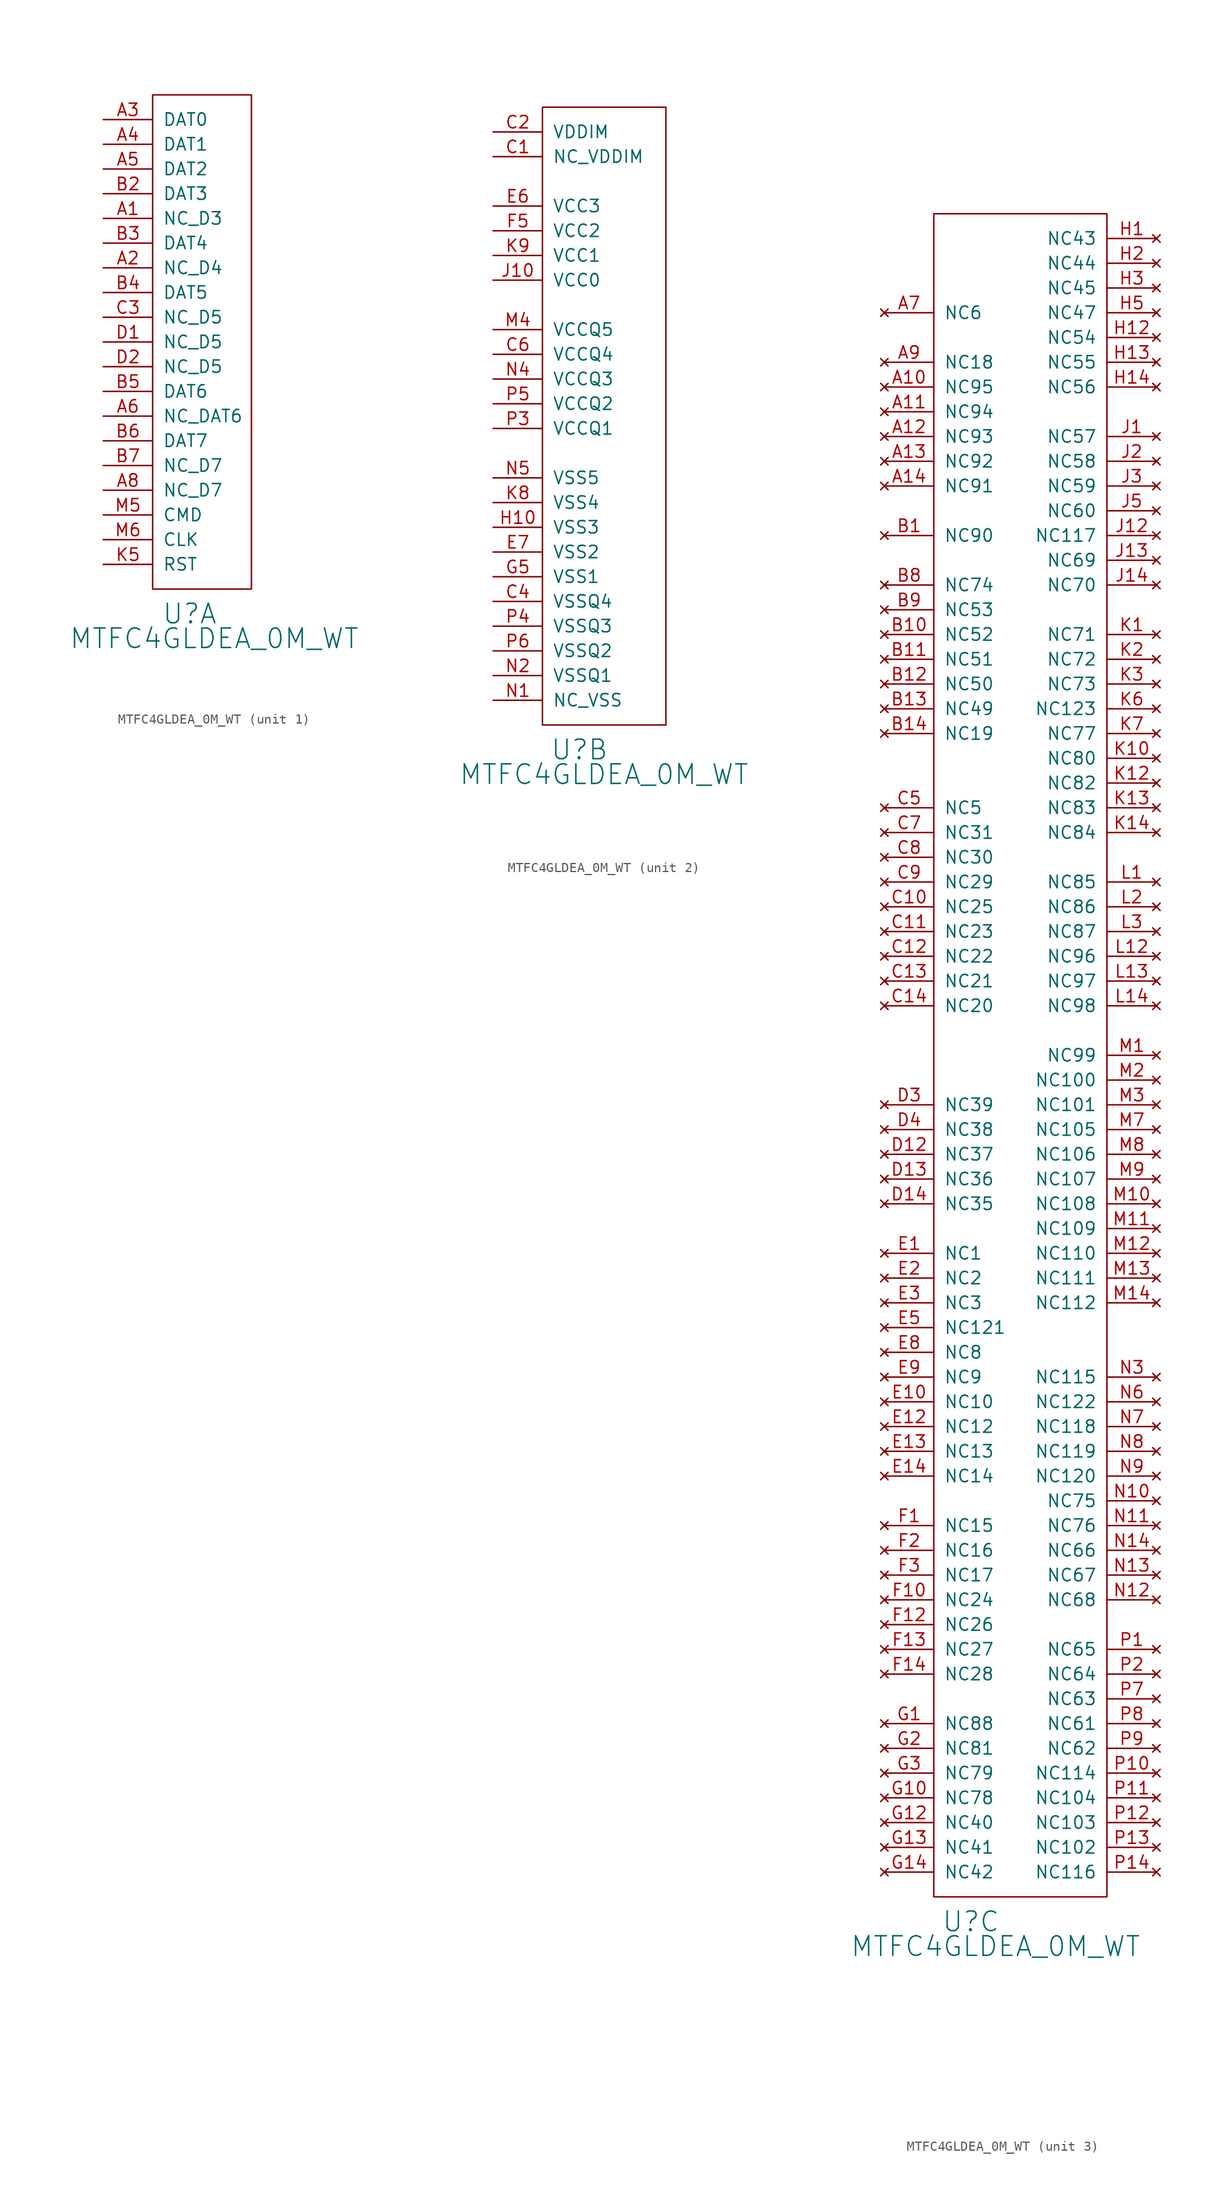
<source format=kicad_sym>
(kicad_symbol_lib
  (version 20220914)
  (generator kicad_symbol_editor)
  (symbol "MTFC4GLDEA_0M_WT"
    (pin_names
      (offset 1.016))
    (property "Reference" "U"
      (at 3.81 -2.54 0)
      (effects (font (size 2.007 2.007))))
    (property "Value" "MTFC4GLDEA_0M_WT"
      (at 6.35 -5.08 0)
      (effects (font (size 2.007 2.007))))
    (property "Footprint" ""
      (at 0 0 0)
      (effects (font (size 2.007 2.007))))
    (property "Datasheet" ""
      (at 0 0 0)
      (effects (font (size 2.007 2.007))))
    (property "ki_locked" ""
      (at 0 0 0)
      (effects (font (size 1.27 1.27))))
    (symbol "MTFC4GLDEA_0M_WT_1_1"
      (rectangle (start 0 50.8) (end 10.16 0) (stroke (width 0) (type solid)) (fill (type none)))
      (pin bidirectional line (at -5.08 38.1 0) (length 5.08) (name "NC_D3" (effects (font (size 1.27 1.27)))) (number "A1" (effects (font (size 1.27 1.27)))))
      (pin bidirectional line (at -5.08 33.02 0) (length 5.08) (name "NC_D4" (effects (font (size 1.27 1.27)))) (number "A2" (effects (font (size 1.27 1.27)))))
      (pin bidirectional line (at -5.08 48.26 0) (length 5.08) (name "DAT0" (effects (font (size 1.27 1.27)))) (number "A3" (effects (font (size 1.27 1.27)))))
      (pin bidirectional line (at -5.08 45.72 0) (length 5.08) (name "DAT1" (effects (font (size 1.27 1.27)))) (number "A4" (effects (font (size 1.27 1.27)))))
      (pin bidirectional line (at -5.08 43.18 0) (length 5.08) (name "DAT2" (effects (font (size 1.27 1.27)))) (number "A5" (effects (font (size 1.27 1.27)))))
      (pin bidirectional line (at -5.08 17.78 0) (length 5.08) (name "NC_DAT6" (effects (font (size 1.27 1.27)))) (number "A6" (effects (font (size 1.27 1.27)))))
      (pin bidirectional line (at -5.08 10.16 0) (length 5.08) (name "NC_D7" (effects (font (size 1.27 1.27)))) (number "A8" (effects (font (size 1.27 1.27)))))
      (pin bidirectional line (at -5.08 40.64 0) (length 5.08) (name "DAT3" (effects (font (size 1.27 1.27)))) (number "B2" (effects (font (size 1.27 1.27)))))
      (pin bidirectional line (at -5.08 35.56 0) (length 5.08) (name "DAT4" (effects (font (size 1.27 1.27)))) (number "B3" (effects (font (size 1.27 1.27)))))
      (pin bidirectional line (at -5.08 30.48 0) (length 5.08) (name "DAT5" (effects (font (size 1.27 1.27)))) (number "B4" (effects (font (size 1.27 1.27)))))
      (pin bidirectional line (at -5.08 20.32 0) (length 5.08) (name "DAT6" (effects (font (size 1.27 1.27)))) (number "B5" (effects (font (size 1.27 1.27)))))
      (pin bidirectional line (at -5.08 15.24 0) (length 5.08) (name "DAT7" (effects (font (size 1.27 1.27)))) (number "B6" (effects (font (size 1.27 1.27)))))
      (pin bidirectional line (at -5.08 12.7 0) (length 5.08) (name "NC_D7" (effects (font (size 1.27 1.27)))) (number "B7" (effects (font (size 1.27 1.27)))))
      (pin bidirectional line (at -5.08 27.94 0) (length 5.08) (name "NC_D5" (effects (font (size 1.27 1.27)))) (number "C3" (effects (font (size 1.27 1.27)))))
      (pin bidirectional line (at -5.08 25.4 0) (length 5.08) (name "NC_D5" (effects (font (size 1.27 1.27)))) (number "D1" (effects (font (size 1.27 1.27)))))
      (pin bidirectional line (at -5.08 22.86 0) (length 5.08) (name "NC_D5" (effects (font (size 1.27 1.27)))) (number "D2" (effects (font (size 1.27 1.27)))))
      (pin input line (at -5.08 2.54 0) (length 5.08) (name "RST" (effects (font (size 1.27 1.27)))) (number "K5" (effects (font (size 1.27 1.27)))))
      (pin bidirectional line (at -5.08 7.62 0) (length 5.08) (name "CMD" (effects (font (size 1.27 1.27)))) (number "M5" (effects (font (size 1.27 1.27)))))
      (pin input line (at -5.08 5.08 0) (length 5.08) (name "CLK" (effects (font (size 1.27 1.27)))) (number "M6" (effects (font (size 1.27 1.27))))))
    (symbol "MTFC4GLDEA_0M_WT_2_1"
      (rectangle (start 0 0) (end 12.7 63.5) (stroke (width 0) (type solid)) (fill (type none)))
      (pin passive line (at -5.08 58.42 0) (length 5.08) (name "NC_VDDIM" (effects (font (size 1.27 1.27)))) (number "C1" (effects (font (size 1.27 1.27)))))
      (pin passive line (at -5.08 60.96 0) (length 5.08) (name "VDDIM" (effects (font (size 1.27 1.27)))) (number "C2" (effects (font (size 1.27 1.27)))))
      (pin power_in line (at -5.08 12.7 0) (length 5.08) (name "VSSQ4" (effects (font (size 1.27 1.27)))) (number "C4" (effects (font (size 1.27 1.27)))))
      (pin power_in line (at -5.08 38.1 0) (length 5.08) (name "VCCQ4" (effects (font (size 1.27 1.27)))) (number "C6" (effects (font (size 1.27 1.27)))))
      (pin power_in line (at -5.08 53.34 0) (length 5.08) (name "VCC3" (effects (font (size 1.27 1.27)))) (number "E6" (effects (font (size 1.27 1.27)))))
      (pin power_in line (at -5.08 17.78 0) (length 5.08) (name "VSS2" (effects (font (size 1.27 1.27)))) (number "E7" (effects (font (size 1.27 1.27)))))
      (pin power_in line (at -5.08 50.8 0) (length 5.08) (name "VCC2" (effects (font (size 1.27 1.27)))) (number "F5" (effects (font (size 1.27 1.27)))))
      (pin power_in line (at -5.08 15.24 0) (length 5.08) (name "VSS1" (effects (font (size 1.27 1.27)))) (number "G5" (effects (font (size 1.27 1.27)))))
      (pin power_in line (at -5.08 20.32 0) (length 5.08) (name "VSS3" (effects (font (size 1.27 1.27)))) (number "H10" (effects (font (size 1.27 1.27)))))
      (pin power_in line (at -5.08 45.72 0) (length 5.08) (name "VCC0" (effects (font (size 1.27 1.27)))) (number "J10" (effects (font (size 1.27 1.27)))))
      (pin power_in line (at -5.08 22.86 0) (length 5.08) (name "VSS4" (effects (font (size 1.27 1.27)))) (number "K8" (effects (font (size 1.27 1.27)))))
      (pin power_in line (at -5.08 48.26 0) (length 5.08) (name "VCC1" (effects (font (size 1.27 1.27)))) (number "K9" (effects (font (size 1.27 1.27)))))
      (pin power_in line (at -5.08 40.64 0) (length 5.08) (name "VCCQ5" (effects (font (size 1.27 1.27)))) (number "M4" (effects (font (size 1.27 1.27)))))
      (pin power_in line (at -5.08 2.54 0) (length 5.08) (name "NC_VSS" (effects (font (size 1.27 1.27)))) (number "N1" (effects (font (size 1.27 1.27)))))
      (pin power_in line (at -5.08 5.08 0) (length 5.08) (name "VSSQ1" (effects (font (size 1.27 1.27)))) (number "N2" (effects (font (size 1.27 1.27)))))
      (pin power_in line (at -5.08 35.56 0) (length 5.08) (name "VCCQ3" (effects (font (size 1.27 1.27)))) (number "N4" (effects (font (size 1.27 1.27)))))
      (pin power_in line (at -5.08 25.4 0) (length 5.08) (name "VSS5" (effects (font (size 1.27 1.27)))) (number "N5" (effects (font (size 1.27 1.27)))))
      (pin power_in line (at -5.08 30.48 0) (length 5.08) (name "VCCQ1" (effects (font (size 1.27 1.27)))) (number "P3" (effects (font (size 1.27 1.27)))))
      (pin power_in line (at -5.08 10.16 0) (length 5.08) (name "VSSQ3" (effects (font (size 1.27 1.27)))) (number "P4" (effects (font (size 1.27 1.27)))))
      (pin power_in line (at -5.08 33.02 0) (length 5.08) (name "VCCQ2" (effects (font (size 1.27 1.27)))) (number "P5" (effects (font (size 1.27 1.27)))))
      (pin power_in line (at -5.08 7.62 0) (length 5.08) (name "VSSQ2" (effects (font (size 1.27 1.27)))) (number "P6" (effects (font (size 1.27 1.27))))))
    (symbol "MTFC4GLDEA_0M_WT_3_1"
      (rectangle (start 0 0) (end 17.78 172.72) (stroke (width 0) (type solid)) (fill (type none)))
      (pin no_connect line (at -5.08 154.94 0) (length 5.08) (name "NC95" (effects (font (size 1.27 1.27)))) (number "A10" (effects (font (size 1.27 1.27)))))
      (pin no_connect line (at -5.08 152.4 0) (length 5.08) (name "NC94" (effects (font (size 1.27 1.27)))) (number "A11" (effects (font (size 1.27 1.27)))))
      (pin no_connect line (at -5.08 149.86 0) (length 5.08) (name "NC93" (effects (font (size 1.27 1.27)))) (number "A12" (effects (font (size 1.27 1.27)))))
      (pin no_connect line (at -5.08 147.32 0) (length 5.08) (name "NC92" (effects (font (size 1.27 1.27)))) (number "A13" (effects (font (size 1.27 1.27)))))
      (pin no_connect line (at -5.08 144.78 0) (length 5.08) (name "NC91" (effects (font (size 1.27 1.27)))) (number "A14" (effects (font (size 1.27 1.27)))))
      (pin no_connect line (at -5.08 162.56 0) (length 5.08) (name "NC6" (effects (font (size 1.27 1.27)))) (number "A7" (effects (font (size 1.27 1.27)))))
      (pin no_connect line (at -5.08 157.48 0) (length 5.08) (name "NC18" (effects (font (size 1.27 1.27)))) (number "A9" (effects (font (size 1.27 1.27)))))
      (pin no_connect line (at -5.08 139.7 0) (length 5.08) (name "NC90" (effects (font (size 1.27 1.27)))) (number "B1" (effects (font (size 1.27 1.27)))))
      (pin no_connect line (at -5.08 129.54 0) (length 5.08) (name "NC52" (effects (font (size 1.27 1.27)))) (number "B10" (effects (font (size 1.27 1.27)))))
      (pin no_connect line (at -5.08 127 0) (length 5.08) (name "NC51" (effects (font (size 1.27 1.27)))) (number "B11" (effects (font (size 1.27 1.27)))))
      (pin no_connect line (at -5.08 124.46 0) (length 5.08) (name "NC50" (effects (font (size 1.27 1.27)))) (number "B12" (effects (font (size 1.27 1.27)))))
      (pin no_connect line (at -5.08 121.92 0) (length 5.08) (name "NC49" (effects (font (size 1.27 1.27)))) (number "B13" (effects (font (size 1.27 1.27)))))
      (pin no_connect line (at -5.08 119.38 0) (length 5.08) (name "NC19" (effects (font (size 1.27 1.27)))) (number "B14" (effects (font (size 1.27 1.27)))))
      (pin no_connect line (at -5.08 134.62 0) (length 5.08) (name "NC74" (effects (font (size 1.27 1.27)))) (number "B8" (effects (font (size 1.27 1.27)))))
      (pin no_connect line (at -5.08 132.08 0) (length 5.08) (name "NC53" (effects (font (size 1.27 1.27)))) (number "B9" (effects (font (size 1.27 1.27)))))
      (pin no_connect line (at -5.08 101.6 0) (length 5.08) (name "NC25" (effects (font (size 1.27 1.27)))) (number "C10" (effects (font (size 1.27 1.27)))))
      (pin no_connect line (at -5.08 99.06 0) (length 5.08) (name "NC23" (effects (font (size 1.27 1.27)))) (number "C11" (effects (font (size 1.27 1.27)))))
      (pin no_connect line (at -5.08 96.52 0) (length 5.08) (name "NC22" (effects (font (size 1.27 1.27)))) (number "C12" (effects (font (size 1.27 1.27)))))
      (pin no_connect line (at -5.08 93.98 0) (length 5.08) (name "NC21" (effects (font (size 1.27 1.27)))) (number "C13" (effects (font (size 1.27 1.27)))))
      (pin no_connect line (at -5.08 91.44 0) (length 5.08) (name "NC20" (effects (font (size 1.27 1.27)))) (number "C14" (effects (font (size 1.27 1.27)))))
      (pin no_connect line (at -5.08 111.76 0) (length 5.08) (name "NC5" (effects (font (size 1.27 1.27)))) (number "C5" (effects (font (size 1.27 1.27)))))
      (pin no_connect line (at -5.08 109.22 0) (length 5.08) (name "NC31" (effects (font (size 1.27 1.27)))) (number "C7" (effects (font (size 1.27 1.27)))))
      (pin no_connect line (at -5.08 106.68 0) (length 5.08) (name "NC30" (effects (font (size 1.27 1.27)))) (number "C8" (effects (font (size 1.27 1.27)))))
      (pin no_connect line (at -5.08 104.14 0) (length 5.08) (name "NC29" (effects (font (size 1.27 1.27)))) (number "C9" (effects (font (size 1.27 1.27)))))
      (pin no_connect line (at -5.08 76.2 0) (length 5.08) (name "NC37" (effects (font (size 1.27 1.27)))) (number "D12" (effects (font (size 1.27 1.27)))))
      (pin no_connect line (at -5.08 73.66 0) (length 5.08) (name "NC36" (effects (font (size 1.27 1.27)))) (number "D13" (effects (font (size 1.27 1.27)))))
      (pin no_connect line (at -5.08 71.12 0) (length 5.08) (name "NC35" (effects (font (size 1.27 1.27)))) (number "D14" (effects (font (size 1.27 1.27)))))
      (pin no_connect line (at -5.08 81.28 0) (length 5.08) (name "NC39" (effects (font (size 1.27 1.27)))) (number "D3" (effects (font (size 1.27 1.27)))))
      (pin no_connect line (at -5.08 78.74 0) (length 5.08) (name "NC38" (effects (font (size 1.27 1.27)))) (number "D4" (effects (font (size 1.27 1.27)))))
      (pin no_connect line (at -5.08 66.04 0) (length 5.08) (name "NC1" (effects (font (size 1.27 1.27)))) (number "E1" (effects (font (size 1.27 1.27)))))
      (pin no_connect line (at -5.08 50.8 0) (length 5.08) (name "NC10" (effects (font (size 1.27 1.27)))) (number "E10" (effects (font (size 1.27 1.27)))))
      (pin no_connect line (at -5.08 48.26 0) (length 5.08) (name "NC12" (effects (font (size 1.27 1.27)))) (number "E12" (effects (font (size 1.27 1.27)))))
      (pin no_connect line (at -5.08 45.72 0) (length 5.08) (name "NC13" (effects (font (size 1.27 1.27)))) (number "E13" (effects (font (size 1.27 1.27)))))
      (pin no_connect line (at -5.08 43.18 0) (length 5.08) (name "NC14" (effects (font (size 1.27 1.27)))) (number "E14" (effects (font (size 1.27 1.27)))))
      (pin no_connect line (at -5.08 63.5 0) (length 5.08) (name "NC2" (effects (font (size 1.27 1.27)))) (number "E2" (effects (font (size 1.27 1.27)))))
      (pin no_connect line (at -5.08 60.96 0) (length 5.08) (name "NC3" (effects (font (size 1.27 1.27)))) (number "E3" (effects (font (size 1.27 1.27)))))
      (pin no_connect line (at -5.08 58.42 0) (length 5.08) (name "NC121" (effects (font (size 1.27 1.27)))) (number "E5" (effects (font (size 1.27 1.27)))))
      (pin no_connect line (at -5.08 55.88 0) (length 5.08) (name "NC8" (effects (font (size 1.27 1.27)))) (number "E8" (effects (font (size 1.27 1.27)))))
      (pin no_connect line (at -5.08 53.34 0) (length 5.08) (name "NC9" (effects (font (size 1.27 1.27)))) (number "E9" (effects (font (size 1.27 1.27)))))
      (pin no_connect line (at -5.08 38.1 0) (length 5.08) (name "NC15" (effects (font (size 1.27 1.27)))) (number "F1" (effects (font (size 1.27 1.27)))))
      (pin no_connect line (at -5.08 30.48 0) (length 5.08) (name "NC24" (effects (font (size 1.27 1.27)))) (number "F10" (effects (font (size 1.27 1.27)))))
      (pin no_connect line (at -5.08 27.94 0) (length 5.08) (name "NC26" (effects (font (size 1.27 1.27)))) (number "F12" (effects (font (size 1.27 1.27)))))
      (pin no_connect line (at -5.08 25.4 0) (length 5.08) (name "NC27" (effects (font (size 1.27 1.27)))) (number "F13" (effects (font (size 1.27 1.27)))))
      (pin no_connect line (at -5.08 22.86 0) (length 5.08) (name "NC28" (effects (font (size 1.27 1.27)))) (number "F14" (effects (font (size 1.27 1.27)))))
      (pin no_connect line (at -5.08 35.56 0) (length 5.08) (name "NC16" (effects (font (size 1.27 1.27)))) (number "F2" (effects (font (size 1.27 1.27)))))
      (pin no_connect line (at -5.08 33.02 0) (length 5.08) (name "NC17" (effects (font (size 1.27 1.27)))) (number "F3" (effects (font (size 1.27 1.27)))))
      (pin no_connect line (at -5.08 17.78 0) (length 5.08) (name "NC88" (effects (font (size 1.27 1.27)))) (number "G1" (effects (font (size 1.27 1.27)))))
      (pin no_connect line (at -5.08 10.16 0) (length 5.08) (name "NC78" (effects (font (size 1.27 1.27)))) (number "G10" (effects (font (size 1.27 1.27)))))
      (pin no_connect line (at -5.08 7.62 0) (length 5.08) (name "NC40" (effects (font (size 1.27 1.27)))) (number "G12" (effects (font (size 1.27 1.27)))))
      (pin no_connect line (at -5.08 5.08 0) (length 5.08) (name "NC41" (effects (font (size 1.27 1.27)))) (number "G13" (effects (font (size 1.27 1.27)))))
      (pin no_connect line (at -5.08 2.54 0) (length 5.08) (name "NC42" (effects (font (size 1.27 1.27)))) (number "G14" (effects (font (size 1.27 1.27)))))
      (pin no_connect line (at -5.08 15.24 0) (length 5.08) (name "NC81" (effects (font (size 1.27 1.27)))) (number "G2" (effects (font (size 1.27 1.27)))))
      (pin no_connect line (at -5.08 12.7 0) (length 5.08) (name "NC79" (effects (font (size 1.27 1.27)))) (number "G3" (effects (font (size 1.27 1.27)))))
      (pin no_connect line (at 22.86 170.18 180) (length 5.08) (name "NC43" (effects (font (size 1.27 1.27)))) (number "H1" (effects (font (size 1.27 1.27)))))
      (pin no_connect line (at 22.86 160.02 180) (length 5.08) (name "NC54" (effects (font (size 1.27 1.27)))) (number "H12" (effects (font (size 1.27 1.27)))))
      (pin no_connect line (at 22.86 157.48 180) (length 5.08) (name "NC55" (effects (font (size 1.27 1.27)))) (number "H13" (effects (font (size 1.27 1.27)))))
      (pin no_connect line (at 22.86 154.94 180) (length 5.08) (name "NC56" (effects (font (size 1.27 1.27)))) (number "H14" (effects (font (size 1.27 1.27)))))
      (pin no_connect line (at 22.86 167.64 180) (length 5.08) (name "NC44" (effects (font (size 1.27 1.27)))) (number "H2" (effects (font (size 1.27 1.27)))))
      (pin no_connect line (at 22.86 165.1 180) (length 5.08) (name "NC45" (effects (font (size 1.27 1.27)))) (number "H3" (effects (font (size 1.27 1.27)))))
      (pin no_connect line (at 22.86 162.56 180) (length 5.08) (name "NC47" (effects (font (size 1.27 1.27)))) (number "H5" (effects (font (size 1.27 1.27)))))
      (pin no_connect line (at 22.86 149.86 180) (length 5.08) (name "NC57" (effects (font (size 1.27 1.27)))) (number "J1" (effects (font (size 1.27 1.27)))))
      (pin no_connect line (at 22.86 139.7 180) (length 5.08) (name "NC117" (effects (font (size 1.27 1.27)))) (number "J12" (effects (font (size 1.27 1.27)))))
      (pin no_connect line (at 22.86 137.16 180) (length 5.08) (name "NC69" (effects (font (size 1.27 1.27)))) (number "J13" (effects (font (size 1.27 1.27)))))
      (pin no_connect line (at 22.86 134.62 180) (length 5.08) (name "NC70" (effects (font (size 1.27 1.27)))) (number "J14" (effects (font (size 1.27 1.27)))))
      (pin no_connect line (at 22.86 147.32 180) (length 5.08) (name "NC58" (effects (font (size 1.27 1.27)))) (number "J2" (effects (font (size 1.27 1.27)))))
      (pin no_connect line (at 22.86 144.78 180) (length 5.08) (name "NC59" (effects (font (size 1.27 1.27)))) (number "J3" (effects (font (size 1.27 1.27)))))
      (pin no_connect line (at 22.86 142.24 180) (length 5.08) (name "NC60" (effects (font (size 1.27 1.27)))) (number "J5" (effects (font (size 1.27 1.27)))))
      (pin no_connect line (at 22.86 129.54 180) (length 5.08) (name "NC71" (effects (font (size 1.27 1.27)))) (number "K1" (effects (font (size 1.27 1.27)))))
      (pin no_connect line (at 22.86 116.84 180) (length 5.08) (name "NC80" (effects (font (size 1.27 1.27)))) (number "K10" (effects (font (size 1.27 1.27)))))
      (pin no_connect line (at 22.86 114.3 180) (length 5.08) (name "NC82" (effects (font (size 1.27 1.27)))) (number "K12" (effects (font (size 1.27 1.27)))))
      (pin no_connect line (at 22.86 111.76 180) (length 5.08) (name "NC83" (effects (font (size 1.27 1.27)))) (number "K13" (effects (font (size 1.27 1.27)))))
      (pin no_connect line (at 22.86 109.22 180) (length 5.08) (name "NC84" (effects (font (size 1.27 1.27)))) (number "K14" (effects (font (size 1.27 1.27)))))
      (pin no_connect line (at 22.86 127 180) (length 5.08) (name "NC72" (effects (font (size 1.27 1.27)))) (number "K2" (effects (font (size 1.27 1.27)))))
      (pin no_connect line (at 22.86 124.46 180) (length 5.08) (name "NC73" (effects (font (size 1.27 1.27)))) (number "K3" (effects (font (size 1.27 1.27)))))
      (pin no_connect line (at 22.86 121.92 180) (length 5.08) (name "NC123" (effects (font (size 1.27 1.27)))) (number "K6" (effects (font (size 1.27 1.27)))))
      (pin no_connect line (at 22.86 119.38 180) (length 5.08) (name "NC77" (effects (font (size 1.27 1.27)))) (number "K7" (effects (font (size 1.27 1.27)))))
      (pin no_connect line (at 22.86 104.14 180) (length 5.08) (name "NC85" (effects (font (size 1.27 1.27)))) (number "L1" (effects (font (size 1.27 1.27)))))
      (pin no_connect line (at 22.86 96.52 180) (length 5.08) (name "NC96" (effects (font (size 1.27 1.27)))) (number "L12" (effects (font (size 1.27 1.27)))))
      (pin no_connect line (at 22.86 93.98 180) (length 5.08) (name "NC97" (effects (font (size 1.27 1.27)))) (number "L13" (effects (font (size 1.27 1.27)))))
      (pin no_connect line (at 22.86 91.44 180) (length 5.08) (name "NC98" (effects (font (size 1.27 1.27)))) (number "L14" (effects (font (size 1.27 1.27)))))
      (pin no_connect line (at 22.86 101.6 180) (length 5.08) (name "NC86" (effects (font (size 1.27 1.27)))) (number "L2" (effects (font (size 1.27 1.27)))))
      (pin no_connect line (at 22.86 99.06 180) (length 5.08) (name "NC87" (effects (font (size 1.27 1.27)))) (number "L3" (effects (font (size 1.27 1.27)))))
      (pin no_connect line (at 22.86 86.36 180) (length 5.08) (name "NC99" (effects (font (size 1.27 1.27)))) (number "M1" (effects (font (size 1.27 1.27)))))
      (pin no_connect line (at 22.86 71.12 180) (length 5.08) (name "NC108" (effects (font (size 1.27 1.27)))) (number "M10" (effects (font (size 1.27 1.27)))))
      (pin no_connect line (at 22.86 68.58 180) (length 5.08) (name "NC109" (effects (font (size 1.27 1.27)))) (number "M11" (effects (font (size 1.27 1.27)))))
      (pin no_connect line (at 22.86 66.04 180) (length 5.08) (name "NC110" (effects (font (size 1.27 1.27)))) (number "M12" (effects (font (size 1.27 1.27)))))
      (pin no_connect line (at 22.86 63.5 180) (length 5.08) (name "NC111" (effects (font (size 1.27 1.27)))) (number "M13" (effects (font (size 1.27 1.27)))))
      (pin no_connect line (at 22.86 60.96 180) (length 5.08) (name "NC112" (effects (font (size 1.27 1.27)))) (number "M14" (effects (font (size 1.27 1.27)))))
      (pin no_connect line (at 22.86 83.82 180) (length 5.08) (name "NC100" (effects (font (size 1.27 1.27)))) (number "M2" (effects (font (size 1.27 1.27)))))
      (pin no_connect line (at 22.86 81.28 180) (length 5.08) (name "NC101" (effects (font (size 1.27 1.27)))) (number "M3" (effects (font (size 1.27 1.27)))))
      (pin no_connect line (at 22.86 78.74 180) (length 5.08) (name "NC105" (effects (font (size 1.27 1.27)))) (number "M7" (effects (font (size 1.27 1.27)))))
      (pin no_connect line (at 22.86 76.2 180) (length 5.08) (name "NC106" (effects (font (size 1.27 1.27)))) (number "M8" (effects (font (size 1.27 1.27)))))
      (pin no_connect line (at 22.86 73.66 180) (length 5.08) (name "NC107" (effects (font (size 1.27 1.27)))) (number "M9" (effects (font (size 1.27 1.27)))))
      (pin no_connect line (at 22.86 40.64 180) (length 5.08) (name "NC75" (effects (font (size 1.27 1.27)))) (number "N10" (effects (font (size 1.27 1.27)))))
      (pin no_connect line (at 22.86 38.1 180) (length 5.08) (name "NC76" (effects (font (size 1.27 1.27)))) (number "N11" (effects (font (size 1.27 1.27)))))
      (pin no_connect line (at 22.86 30.48 180) (length 5.08) (name "NC68" (effects (font (size 1.27 1.27)))) (number "N12" (effects (font (size 1.27 1.27)))))
      (pin no_connect line (at 22.86 33.02 180) (length 5.08) (name "NC67" (effects (font (size 1.27 1.27)))) (number "N13" (effects (font (size 1.27 1.27)))))
      (pin no_connect line (at 22.86 35.56 180) (length 5.08) (name "NC66" (effects (font (size 1.27 1.27)))) (number "N14" (effects (font (size 1.27 1.27)))))
      (pin no_connect line (at 22.86 53.34 180) (length 5.08) (name "NC115" (effects (font (size 1.27 1.27)))) (number "N3" (effects (font (size 1.27 1.27)))))
      (pin no_connect line (at 22.86 50.8 180) (length 5.08) (name "NC122" (effects (font (size 1.27 1.27)))) (number "N6" (effects (font (size 1.27 1.27)))))
      (pin no_connect line (at 22.86 48.26 180) (length 5.08) (name "NC118" (effects (font (size 1.27 1.27)))) (number "N7" (effects (font (size 1.27 1.27)))))
      (pin no_connect line (at 22.86 45.72 180) (length 5.08) (name "NC119" (effects (font (size 1.27 1.27)))) (number "N8" (effects (font (size 1.27 1.27)))))
      (pin no_connect line (at 22.86 43.18 180) (length 5.08) (name "NC120" (effects (font (size 1.27 1.27)))) (number "N9" (effects (font (size 1.27 1.27)))))
      (pin no_connect line (at 22.86 25.4 180) (length 5.08) (name "NC65" (effects (font (size 1.27 1.27)))) (number "P1" (effects (font (size 1.27 1.27)))))
      (pin no_connect line (at 22.86 12.7 180) (length 5.08) (name "NC114" (effects (font (size 1.27 1.27)))) (number "P10" (effects (font (size 1.27 1.27)))))
      (pin no_connect line (at 22.86 10.16 180) (length 5.08) (name "NC104" (effects (font (size 1.27 1.27)))) (number "P11" (effects (font (size 1.27 1.27)))))
      (pin no_connect line (at 22.86 7.62 180) (length 5.08) (name "NC103" (effects (font (size 1.27 1.27)))) (number "P12" (effects (font (size 1.27 1.27)))))
      (pin no_connect line (at 22.86 5.08 180) (length 5.08) (name "NC102" (effects (font (size 1.27 1.27)))) (number "P13" (effects (font (size 1.27 1.27)))))
      (pin no_connect line (at 22.86 2.54 180) (length 5.08) (name "NC116" (effects (font (size 1.27 1.27)))) (number "P14" (effects (font (size 1.27 1.27)))))
      (pin no_connect line (at 22.86 22.86 180) (length 5.08) (name "NC64" (effects (font (size 1.27 1.27)))) (number "P2" (effects (font (size 1.27 1.27)))))
      (pin no_connect line (at 22.86 20.32 180) (length 5.08) (name "NC63" (effects (font (size 1.27 1.27)))) (number "P7" (effects (font (size 1.27 1.27)))))
      (pin no_connect line (at 22.86 17.78 180) (length 5.08) (name "NC61" (effects (font (size 1.27 1.27)))) (number "P8" (effects (font (size 1.27 1.27)))))
      (pin no_connect line (at 22.86 15.24 180) (length 5.08) (name "NC62" (effects (font (size 1.27 1.27)))) (number "P9" (effects (font (size 1.27 1.27))))))))
</source>
